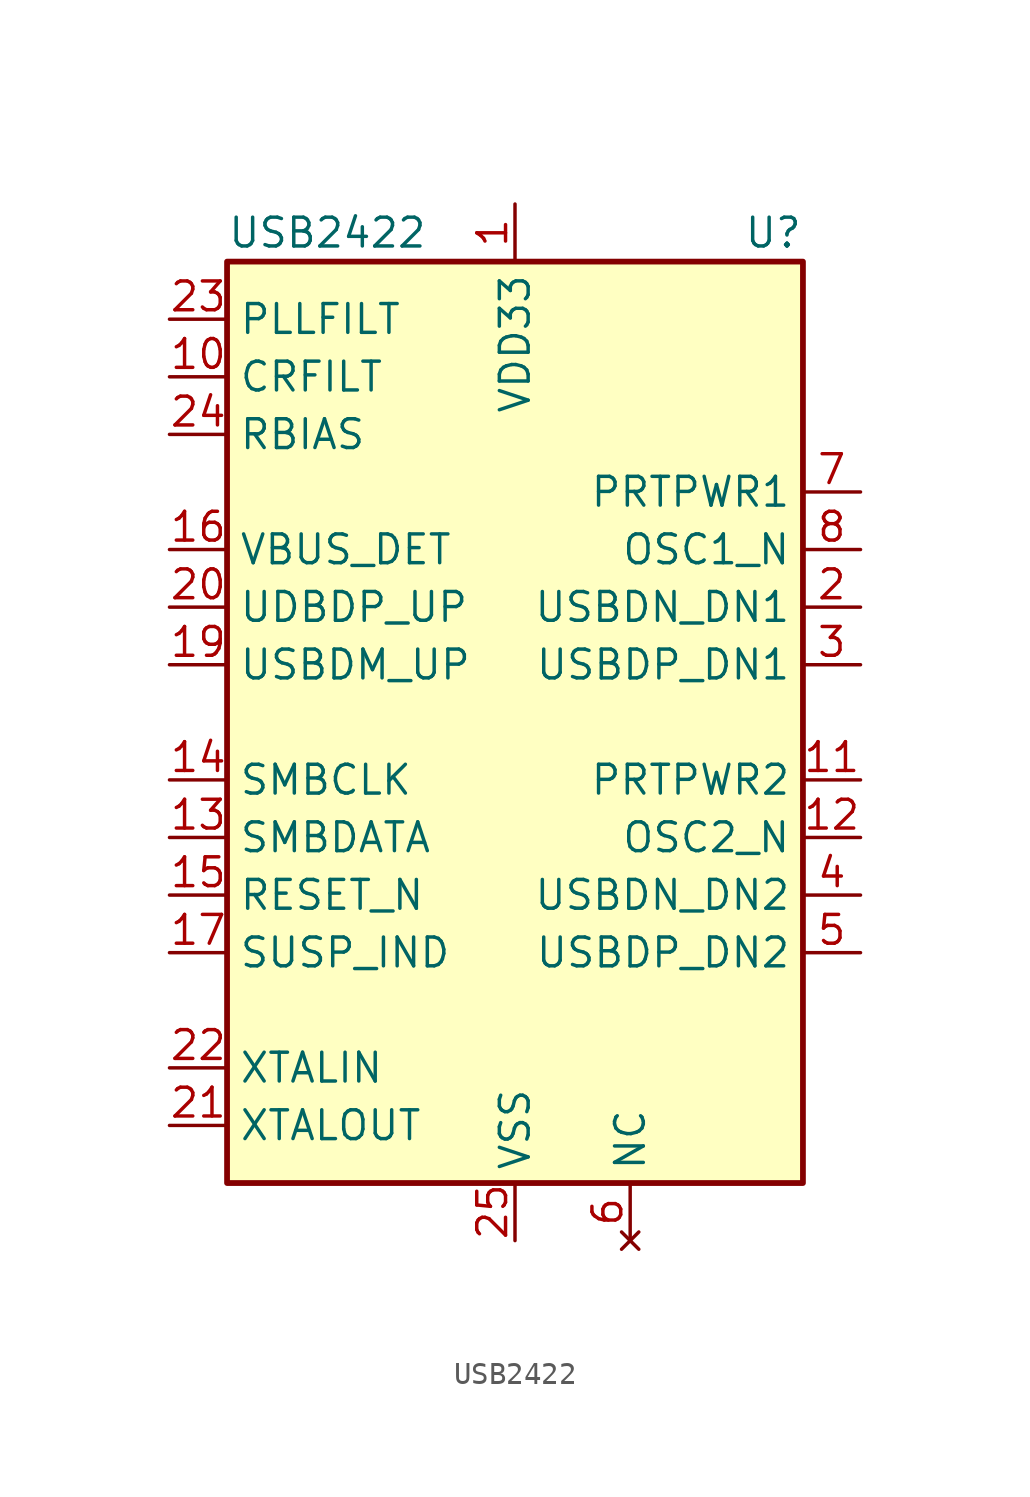
<source format=kicad_sym>
(kicad_symbol_lib
  (version 20241209)
  (generator "kicad_symbol_editor")
  (generator_version "9.0")
  (symbol "USB2422"
    (property "Reference" "U"
      (at 12.7 21.59 0)
      (effects (font (size 1.27 1.27)) (justify right)))
    (property "Value" "USB2422"
      (at -12.7 21.59 0)
      (effects (font (size 1.27 1.27)) (justify left)))
    (symbol "USB2422_0_0"
      (pin input line (at -15.24 7.62 0) (length 2.54) (name "VBUS_DET" (effects (font (size 1.27 1.27)))) (number "16" (effects (font (size 1.27 1.27)))))
      (pin bidirectional line (at -15.24 5.08 0) (length 2.54) (name "UDBDP_UP" (effects (font (size 1.27 1.27)))) (number "20" (effects (font (size 1.27 1.27)))))
      (pin bidirectional line (at -15.24 2.54 0) (length 2.54) (name "USBDM_UP" (effects (font (size 1.27 1.27)))) (number "19" (effects (font (size 1.27 1.27)))))
      (pin bidirectional line (at -15.24 -2.54 0) (length 2.54) (name "SMBCLK" (effects (font (size 1.27 1.27)))) (number "14" (effects (font (size 1.27 1.27)))))
      (pin bidirectional line (at -15.24 -5.08 0) (length 2.54) (name "SMBDATA" (effects (font (size 1.27 1.27)))) (number "13" (effects (font (size 1.27 1.27)))))
      (pin input line (at -15.24 -7.62 0) (length 2.54) (name "RESET_N" (effects (font (size 1.27 1.27)))) (number "15" (effects (font (size 1.27 1.27)))))
      (pin bidirectional line (at -15.24 -10.16 0) (length 2.54) (name "SUSP_IND" (effects (font (size 1.27 1.27)))) (number "17" (effects (font (size 1.27 1.27)))))
      (pin input line (at -15.24 -15.24 0) (length 2.54) (name "XTALIN" (effects (font (size 1.27 1.27)))) (number "22" (effects (font (size 1.27 1.27)))))
      (pin output line (at -15.24 -17.78 0) (length 2.54) (name "XTALOUT" (effects (font (size 1.27 1.27)))) (number "21" (effects (font (size 1.27 1.27)))))
      (pin power_in line (at 0 22.86 270) (length 2.54) (name "VDD33" (effects (font (size 1.27 1.27)))) (number "1" (effects (font (size 1.27 1.27)))))
      (pin power_in line (at 0 -22.86 90) (length 2.54) (name "VSS" (effects (font (size 1.27 1.27)))) (number "25" (effects (font (size 1.27 1.27)))))
      (pin no_connect line (at 5.08 -22.86 90) (length 2.54) (name "NC" (effects (font (size 1.27 1.27)))) (number "6" (effects (font (size 1.27 1.27)))))
      (pin output line (at 15.24 10.16 180) (length 2.54) (name "PRTPWR1" (effects (font (size 1.27 1.27)))) (number "7" (effects (font (size 1.27 1.27)))))
      (pin input line (at 15.24 7.62 180) (length 2.54) (name "OSC1_N" (effects (font (size 1.27 1.27)))) (number "8" (effects (font (size 1.27 1.27)))))
      (pin bidirectional line (at 15.24 5.08 180) (length 2.54) (name "USBDN_DN1" (effects (font (size 1.27 1.27)))) (number "2" (effects (font (size 1.27 1.27)))))
      (pin bidirectional line (at 15.24 2.54 180) (length 2.54) (name "USBDP_DN1" (effects (font (size 1.27 1.27)))) (number "3" (effects (font (size 1.27 1.27)))))
      (pin output line (at 15.24 -2.54 180) (length 2.54) (name "PRTPWR2" (effects (font (size 1.27 1.27)))) (number "11" (effects (font (size 1.27 1.27)))))
      (pin input line (at 15.24 -5.08 180) (length 2.54) (name "OSC2_N" (effects (font (size 1.27 1.27)))) (number "12" (effects (font (size 1.27 1.27)))))
      (pin bidirectional line (at 15.24 -7.62 180) (length 2.54) (name "USBDN_DN2" (effects (font (size 1.27 1.27)))) (number "4" (effects (font (size 1.27 1.27)))))
      (pin bidirectional line (at 15.24 -10.16 180) (length 2.54) (name "USBDP_DN2" (effects (font (size 1.27 1.27)))) (number "5" (effects (font (size 1.27 1.27))))))
    (symbol "USB2422_1_0"
      (pin input line (at -15.24 17.78 0) (length 2.54) (name "PLLFILT" (effects (font (size 1.27 1.27)))) (number "23" (effects (font (size 1.27 1.27)))))
      (pin input line (at -15.24 15.24 0) (length 2.54) (name "CRFILT" (effects (font (size 1.27 1.27)))) (number "10" (effects (font (size 1.27 1.27)))))
      (pin input line (at -15.24 12.7 0) (length 2.54) (name "RBIAS" (effects (font (size 1.27 1.27)))) (number "24" (effects (font (size 1.27 1.27)))))
      (pin passive line (at 0 22.86 270) (length 2.54) (hide yes) (name "VDD33" (effects (font (size 1.27 1.27)))) (number "18" (effects (font (size 1.27 1.27)))))
      (pin passive line (at 0 22.86 270) (length 2.54) (hide yes) (name "VDD33" (effects (font (size 1.27 1.27)))) (number "9" (effects (font (size 1.27 1.27))))))
    (symbol "USB2422_1_1"
      (rectangle (start -12.7 20.32) (end 12.7 -20.32) (stroke (width 0.254) (type solid)) (fill (type background))))))
</source>
